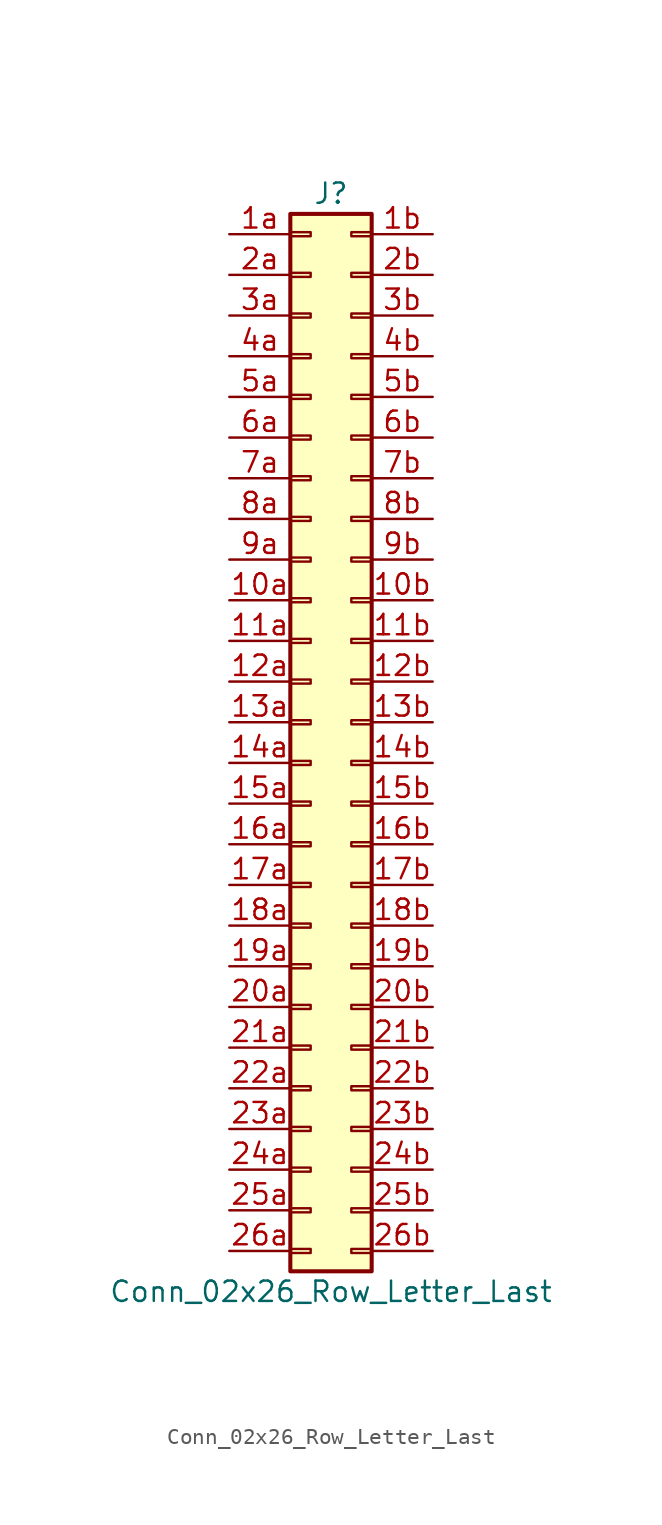
<source format=kicad_sym>
(kicad_symbol_lib
  (version 20220914)
  (generator kicad_symbol_editor)
  (symbol "Conn_02x26_Row_Letter_Last"
    (pin_names
      (offset 1.016) hide)
    (property "Reference" "J"
      (at 1.27 33.02 0)
      (effects (font (size 1.27 1.27))))
    (property "Value" "Conn_02x26_Row_Letter_Last"
      (at 1.27 -35.56 0)
      (effects (font (size 1.27 1.27))))
    (symbol "Conn_02x26_Row_Letter_Last_1_1"
      (rectangle (start -1.27 -32.893) (end 0 -33.147) (stroke (width 0.152) (type solid)) (fill (type none)))
      (rectangle (start -1.27 -30.353) (end 0 -30.607) (stroke (width 0.152) (type solid)) (fill (type none)))
      (rectangle (start -1.27 -27.813) (end 0 -28.067) (stroke (width 0.152) (type solid)) (fill (type none)))
      (rectangle (start -1.27 -25.273) (end 0 -25.527) (stroke (width 0.152) (type solid)) (fill (type none)))
      (rectangle (start -1.27 -22.733) (end 0 -22.987) (stroke (width 0.152) (type solid)) (fill (type none)))
      (rectangle (start -1.27 -20.193) (end 0 -20.447) (stroke (width 0.152) (type solid)) (fill (type none)))
      (rectangle (start -1.27 -17.653) (end 0 -17.907) (stroke (width 0.152) (type solid)) (fill (type none)))
      (rectangle (start -1.27 -15.113) (end 0 -15.367) (stroke (width 0.152) (type solid)) (fill (type none)))
      (rectangle (start -1.27 -12.573) (end 0 -12.827) (stroke (width 0.152) (type solid)) (fill (type none)))
      (rectangle (start -1.27 -10.033) (end 0 -10.287) (stroke (width 0.152) (type solid)) (fill (type none)))
      (rectangle (start -1.27 -7.493) (end 0 -7.747) (stroke (width 0.152) (type solid)) (fill (type none)))
      (rectangle (start -1.27 -4.953) (end 0 -5.207) (stroke (width 0.152) (type solid)) (fill (type none)))
      (rectangle (start -1.27 -2.413) (end 0 -2.667) (stroke (width 0.152) (type solid)) (fill (type none)))
      (rectangle (start -1.27 0.127) (end 0 -0.127) (stroke (width 0.152) (type solid)) (fill (type none)))
      (rectangle (start -1.27 2.667) (end 0 2.413) (stroke (width 0.152) (type solid)) (fill (type none)))
      (rectangle (start -1.27 5.207) (end 0 4.953) (stroke (width 0.152) (type solid)) (fill (type none)))
      (rectangle (start -1.27 7.747) (end 0 7.493) (stroke (width 0.152) (type solid)) (fill (type none)))
      (rectangle (start -1.27 10.287) (end 0 10.033) (stroke (width 0.152) (type solid)) (fill (type none)))
      (rectangle (start -1.27 12.827) (end 0 12.573) (stroke (width 0.152) (type solid)) (fill (type none)))
      (rectangle (start -1.27 15.367) (end 0 15.113) (stroke (width 0.152) (type solid)) (fill (type none)))
      (rectangle (start -1.27 17.907) (end 0 17.653) (stroke (width 0.152) (type solid)) (fill (type none)))
      (rectangle (start -1.27 20.447) (end 0 20.193) (stroke (width 0.152) (type solid)) (fill (type none)))
      (rectangle (start -1.27 22.987) (end 0 22.733) (stroke (width 0.152) (type solid)) (fill (type none)))
      (rectangle (start -1.27 25.527) (end 0 25.273) (stroke (width 0.152) (type solid)) (fill (type none)))
      (rectangle (start -1.27 28.067) (end 0 27.813) (stroke (width 0.152) (type solid)) (fill (type none)))
      (rectangle (start -1.27 30.607) (end 0 30.353) (stroke (width 0.152) (type solid)) (fill (type none)))
      (rectangle (start -1.27 31.75) (end 3.81 -34.29) (stroke (width 0.254) (type solid)) (fill (type background)))
      (rectangle (start 3.81 -32.893) (end 2.54 -33.147) (stroke (width 0.152) (type solid)) (fill (type none)))
      (rectangle (start 3.81 -30.353) (end 2.54 -30.607) (stroke (width 0.152) (type solid)) (fill (type none)))
      (rectangle (start 3.81 -27.813) (end 2.54 -28.067) (stroke (width 0.152) (type solid)) (fill (type none)))
      (rectangle (start 3.81 -25.273) (end 2.54 -25.527) (stroke (width 0.152) (type solid)) (fill (type none)))
      (rectangle (start 3.81 -22.733) (end 2.54 -22.987) (stroke (width 0.152) (type solid)) (fill (type none)))
      (rectangle (start 3.81 -20.193) (end 2.54 -20.447) (stroke (width 0.152) (type solid)) (fill (type none)))
      (rectangle (start 3.81 -17.653) (end 2.54 -17.907) (stroke (width 0.152) (type solid)) (fill (type none)))
      (rectangle (start 3.81 -15.113) (end 2.54 -15.367) (stroke (width 0.152) (type solid)) (fill (type none)))
      (rectangle (start 3.81 -12.573) (end 2.54 -12.827) (stroke (width 0.152) (type solid)) (fill (type none)))
      (rectangle (start 3.81 -10.033) (end 2.54 -10.287) (stroke (width 0.152) (type solid)) (fill (type none)))
      (rectangle (start 3.81 -7.493) (end 2.54 -7.747) (stroke (width 0.152) (type solid)) (fill (type none)))
      (rectangle (start 3.81 -4.953) (end 2.54 -5.207) (stroke (width 0.152) (type solid)) (fill (type none)))
      (rectangle (start 3.81 -2.413) (end 2.54 -2.667) (stroke (width 0.152) (type solid)) (fill (type none)))
      (rectangle (start 3.81 0.127) (end 2.54 -0.127) (stroke (width 0.152) (type solid)) (fill (type none)))
      (rectangle (start 3.81 2.667) (end 2.54 2.413) (stroke (width 0.152) (type solid)) (fill (type none)))
      (rectangle (start 3.81 5.207) (end 2.54 4.953) (stroke (width 0.152) (type solid)) (fill (type none)))
      (rectangle (start 3.81 7.747) (end 2.54 7.493) (stroke (width 0.152) (type solid)) (fill (type none)))
      (rectangle (start 3.81 10.287) (end 2.54 10.033) (stroke (width 0.152) (type solid)) (fill (type none)))
      (rectangle (start 3.81 12.827) (end 2.54 12.573) (stroke (width 0.152) (type solid)) (fill (type none)))
      (rectangle (start 3.81 15.367) (end 2.54 15.113) (stroke (width 0.152) (type solid)) (fill (type none)))
      (rectangle (start 3.81 17.907) (end 2.54 17.653) (stroke (width 0.152) (type solid)) (fill (type none)))
      (rectangle (start 3.81 20.447) (end 2.54 20.193) (stroke (width 0.152) (type solid)) (fill (type none)))
      (rectangle (start 3.81 22.987) (end 2.54 22.733) (stroke (width 0.152) (type solid)) (fill (type none)))
      (rectangle (start 3.81 25.527) (end 2.54 25.273) (stroke (width 0.152) (type solid)) (fill (type none)))
      (rectangle (start 3.81 28.067) (end 2.54 27.813) (stroke (width 0.152) (type solid)) (fill (type none)))
      (rectangle (start 3.81 30.607) (end 2.54 30.353) (stroke (width 0.152) (type solid)) (fill (type none)))
      (pin passive line (at -5.08 7.62 0) (length 3.81) (name "Pin_10a" (effects (font (size 1.27 1.27)))) (number "10a" (effects (font (size 1.27 1.27)))))
      (pin passive line (at 7.62 7.62 180) (length 3.81) (name "Pin_10b" (effects (font (size 1.27 1.27)))) (number "10b" (effects (font (size 1.27 1.27)))))
      (pin passive line (at -5.08 5.08 0) (length 3.81) (name "Pin_11a" (effects (font (size 1.27 1.27)))) (number "11a" (effects (font (size 1.27 1.27)))))
      (pin passive line (at 7.62 5.08 180) (length 3.81) (name "Pin_11b" (effects (font (size 1.27 1.27)))) (number "11b" (effects (font (size 1.27 1.27)))))
      (pin passive line (at -5.08 2.54 0) (length 3.81) (name "Pin_12a" (effects (font (size 1.27 1.27)))) (number "12a" (effects (font (size 1.27 1.27)))))
      (pin passive line (at 7.62 2.54 180) (length 3.81) (name "Pin_12b" (effects (font (size 1.27 1.27)))) (number "12b" (effects (font (size 1.27 1.27)))))
      (pin passive line (at -5.08 0 0) (length 3.81) (name "Pin_13a" (effects (font (size 1.27 1.27)))) (number "13a" (effects (font (size 1.27 1.27)))))
      (pin passive line (at 7.62 0 180) (length 3.81) (name "Pin_13b" (effects (font (size 1.27 1.27)))) (number "13b" (effects (font (size 1.27 1.27)))))
      (pin passive line (at -5.08 -2.54 0) (length 3.81) (name "Pin_14a" (effects (font (size 1.27 1.27)))) (number "14a" (effects (font (size 1.27 1.27)))))
      (pin passive line (at 7.62 -2.54 180) (length 3.81) (name "Pin_14b" (effects (font (size 1.27 1.27)))) (number "14b" (effects (font (size 1.27 1.27)))))
      (pin passive line (at -5.08 -5.08 0) (length 3.81) (name "Pin_15a" (effects (font (size 1.27 1.27)))) (number "15a" (effects (font (size 1.27 1.27)))))
      (pin passive line (at 7.62 -5.08 180) (length 3.81) (name "Pin_15b" (effects (font (size 1.27 1.27)))) (number "15b" (effects (font (size 1.27 1.27)))))
      (pin passive line (at -5.08 -7.62 0) (length 3.81) (name "Pin_16a" (effects (font (size 1.27 1.27)))) (number "16a" (effects (font (size 1.27 1.27)))))
      (pin passive line (at 7.62 -7.62 180) (length 3.81) (name "Pin_16b" (effects (font (size 1.27 1.27)))) (number "16b" (effects (font (size 1.27 1.27)))))
      (pin passive line (at -5.08 -10.16 0) (length 3.81) (name "Pin_17a" (effects (font (size 1.27 1.27)))) (number "17a" (effects (font (size 1.27 1.27)))))
      (pin passive line (at 7.62 -10.16 180) (length 3.81) (name "Pin_17b" (effects (font (size 1.27 1.27)))) (number "17b" (effects (font (size 1.27 1.27)))))
      (pin passive line (at -5.08 -12.7 0) (length 3.81) (name "Pin_18a" (effects (font (size 1.27 1.27)))) (number "18a" (effects (font (size 1.27 1.27)))))
      (pin passive line (at 7.62 -12.7 180) (length 3.81) (name "Pin_18b" (effects (font (size 1.27 1.27)))) (number "18b" (effects (font (size 1.27 1.27)))))
      (pin passive line (at -5.08 -15.24 0) (length 3.81) (name "Pin_19a" (effects (font (size 1.27 1.27)))) (number "19a" (effects (font (size 1.27 1.27)))))
      (pin passive line (at 7.62 -15.24 180) (length 3.81) (name "Pin_19b" (effects (font (size 1.27 1.27)))) (number "19b" (effects (font (size 1.27 1.27)))))
      (pin passive line (at -5.08 30.48 0) (length 3.81) (name "Pin_1a" (effects (font (size 1.27 1.27)))) (number "1a" (effects (font (size 1.27 1.27)))))
      (pin passive line (at 7.62 30.48 180) (length 3.81) (name "Pin_1b" (effects (font (size 1.27 1.27)))) (number "1b" (effects (font (size 1.27 1.27)))))
      (pin passive line (at -5.08 -17.78 0) (length 3.81) (name "Pin_20a" (effects (font (size 1.27 1.27)))) (number "20a" (effects (font (size 1.27 1.27)))))
      (pin passive line (at 7.62 -17.78 180) (length 3.81) (name "Pin_20b" (effects (font (size 1.27 1.27)))) (number "20b" (effects (font (size 1.27 1.27)))))
      (pin passive line (at -5.08 -20.32 0) (length 3.81) (name "Pin_21a" (effects (font (size 1.27 1.27)))) (number "21a" (effects (font (size 1.27 1.27)))))
      (pin passive line (at 7.62 -20.32 180) (length 3.81) (name "Pin_21b" (effects (font (size 1.27 1.27)))) (number "21b" (effects (font (size 1.27 1.27)))))
      (pin passive line (at -5.08 -22.86 0) (length 3.81) (name "Pin_22a" (effects (font (size 1.27 1.27)))) (number "22a" (effects (font (size 1.27 1.27)))))
      (pin passive line (at 7.62 -22.86 180) (length 3.81) (name "Pin_22b" (effects (font (size 1.27 1.27)))) (number "22b" (effects (font (size 1.27 1.27)))))
      (pin passive line (at -5.08 -25.4 0) (length 3.81) (name "Pin_23a" (effects (font (size 1.27 1.27)))) (number "23a" (effects (font (size 1.27 1.27)))))
      (pin passive line (at 7.62 -25.4 180) (length 3.81) (name "Pin_23b" (effects (font (size 1.27 1.27)))) (number "23b" (effects (font (size 1.27 1.27)))))
      (pin passive line (at -5.08 -27.94 0) (length 3.81) (name "Pin_24a" (effects (font (size 1.27 1.27)))) (number "24a" (effects (font (size 1.27 1.27)))))
      (pin passive line (at 7.62 -27.94 180) (length 3.81) (name "Pin_24b" (effects (font (size 1.27 1.27)))) (number "24b" (effects (font (size 1.27 1.27)))))
      (pin passive line (at -5.08 -30.48 0) (length 3.81) (name "Pin_25a" (effects (font (size 1.27 1.27)))) (number "25a" (effects (font (size 1.27 1.27)))))
      (pin passive line (at 7.62 -30.48 180) (length 3.81) (name "Pin_25b" (effects (font (size 1.27 1.27)))) (number "25b" (effects (font (size 1.27 1.27)))))
      (pin passive line (at -5.08 -33.02 0) (length 3.81) (name "Pin_26a" (effects (font (size 1.27 1.27)))) (number "26a" (effects (font (size 1.27 1.27)))))
      (pin passive line (at 7.62 -33.02 180) (length 3.81) (name "Pin_26b" (effects (font (size 1.27 1.27)))) (number "26b" (effects (font (size 1.27 1.27)))))
      (pin passive line (at -5.08 27.94 0) (length 3.81) (name "Pin_2a" (effects (font (size 1.27 1.27)))) (number "2a" (effects (font (size 1.27 1.27)))))
      (pin passive line (at 7.62 27.94 180) (length 3.81) (name "Pin_2b" (effects (font (size 1.27 1.27)))) (number "2b" (effects (font (size 1.27 1.27)))))
      (pin passive line (at -5.08 25.4 0) (length 3.81) (name "Pin_3a" (effects (font (size 1.27 1.27)))) (number "3a" (effects (font (size 1.27 1.27)))))
      (pin passive line (at 7.62 25.4 180) (length 3.81) (name "Pin_3b" (effects (font (size 1.27 1.27)))) (number "3b" (effects (font (size 1.27 1.27)))))
      (pin passive line (at -5.08 22.86 0) (length 3.81) (name "Pin_4a" (effects (font (size 1.27 1.27)))) (number "4a" (effects (font (size 1.27 1.27)))))
      (pin passive line (at 7.62 22.86 180) (length 3.81) (name "Pin_4b" (effects (font (size 1.27 1.27)))) (number "4b" (effects (font (size 1.27 1.27)))))
      (pin passive line (at -5.08 20.32 0) (length 3.81) (name "Pin_5a" (effects (font (size 1.27 1.27)))) (number "5a" (effects (font (size 1.27 1.27)))))
      (pin passive line (at 7.62 20.32 180) (length 3.81) (name "Pin_5b" (effects (font (size 1.27 1.27)))) (number "5b" (effects (font (size 1.27 1.27)))))
      (pin passive line (at -5.08 17.78 0) (length 3.81) (name "Pin_6a" (effects (font (size 1.27 1.27)))) (number "6a" (effects (font (size 1.27 1.27)))))
      (pin passive line (at 7.62 17.78 180) (length 3.81) (name "Pin_6b" (effects (font (size 1.27 1.27)))) (number "6b" (effects (font (size 1.27 1.27)))))
      (pin passive line (at -5.08 15.24 0) (length 3.81) (name "Pin_7a" (effects (font (size 1.27 1.27)))) (number "7a" (effects (font (size 1.27 1.27)))))
      (pin passive line (at 7.62 15.24 180) (length 3.81) (name "Pin_7b" (effects (font (size 1.27 1.27)))) (number "7b" (effects (font (size 1.27 1.27)))))
      (pin passive line (at -5.08 12.7 0) (length 3.81) (name "Pin_8a" (effects (font (size 1.27 1.27)))) (number "8a" (effects (font (size 1.27 1.27)))))
      (pin passive line (at 7.62 12.7 180) (length 3.81) (name "Pin_8b" (effects (font (size 1.27 1.27)))) (number "8b" (effects (font (size 1.27 1.27)))))
      (pin passive line (at -5.08 10.16 0) (length 3.81) (name "Pin_9a" (effects (font (size 1.27 1.27)))) (number "9a" (effects (font (size 1.27 1.27)))))
      (pin passive line (at 7.62 10.16 180) (length 3.81) (name "Pin_9b" (effects (font (size 1.27 1.27)))) (number "9b" (effects (font (size 1.27 1.27))))))))
</source>
